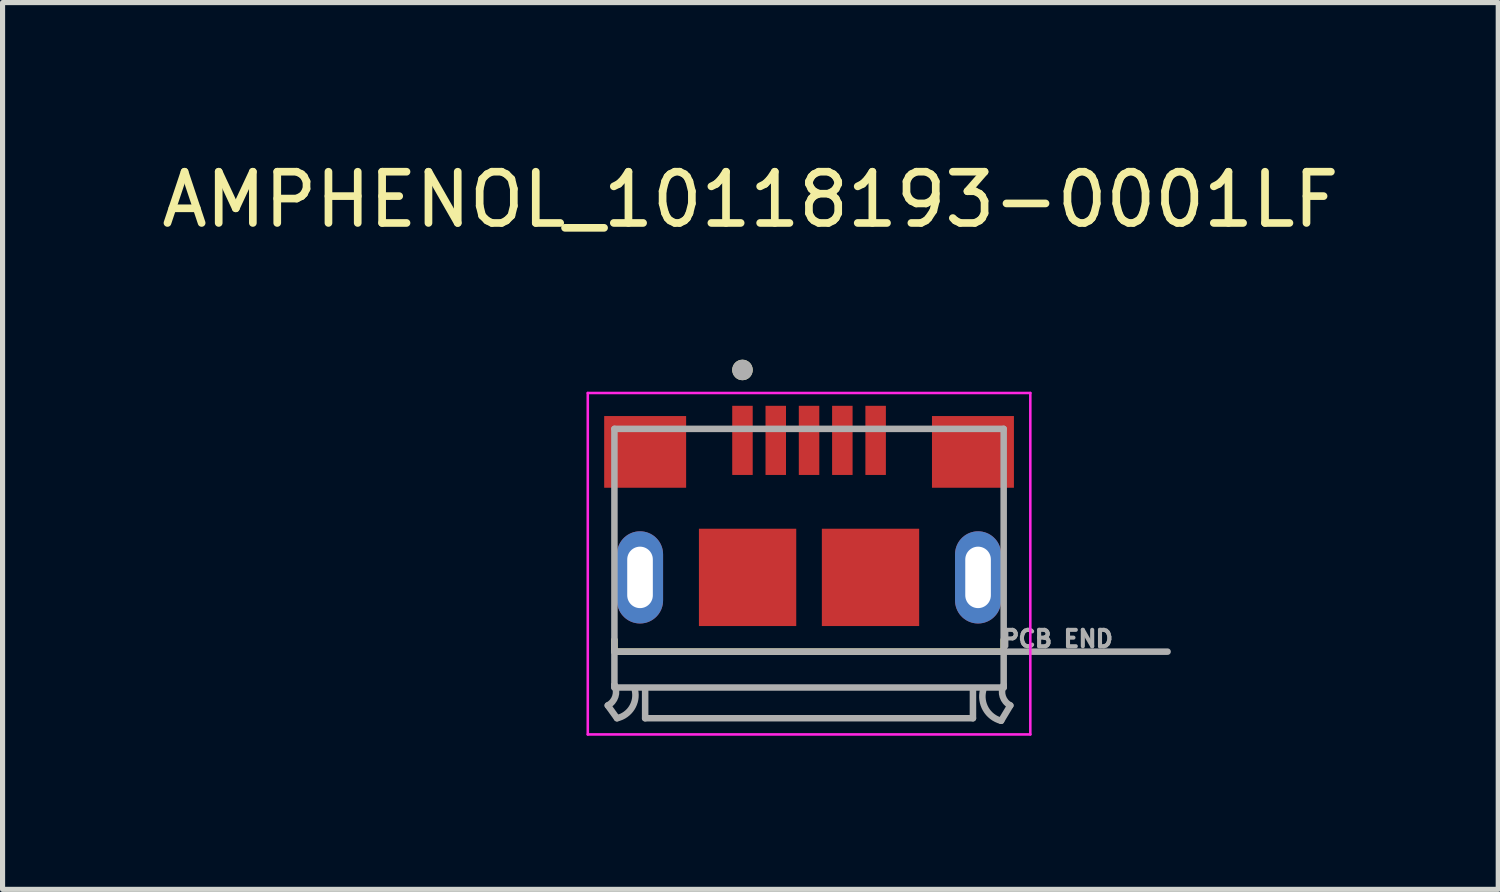
<source format=kicad_pcb>
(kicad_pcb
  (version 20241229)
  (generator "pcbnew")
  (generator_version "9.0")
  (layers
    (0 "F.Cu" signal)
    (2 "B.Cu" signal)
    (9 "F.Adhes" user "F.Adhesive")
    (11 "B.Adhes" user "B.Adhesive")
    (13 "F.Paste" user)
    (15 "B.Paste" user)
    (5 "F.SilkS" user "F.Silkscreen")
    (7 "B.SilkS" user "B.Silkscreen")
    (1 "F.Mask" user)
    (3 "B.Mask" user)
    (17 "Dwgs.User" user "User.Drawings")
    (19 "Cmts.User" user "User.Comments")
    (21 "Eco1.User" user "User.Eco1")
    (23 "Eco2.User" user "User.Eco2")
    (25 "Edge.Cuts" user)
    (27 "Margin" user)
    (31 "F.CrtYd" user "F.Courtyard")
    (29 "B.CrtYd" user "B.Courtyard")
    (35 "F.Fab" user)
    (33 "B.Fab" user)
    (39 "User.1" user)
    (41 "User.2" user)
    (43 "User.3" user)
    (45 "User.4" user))
  (footprint "AMPHENOL_10118193-0001LF"
    (layer "F.Cu")
    (at 12.746 8.223)
    (property "Reference" "AMPHENOL_10118193-0001LF" (at -1.145 -7.375 0) (layer "F.SilkS") (effects (font (size 1 1) (thickness 0.15))))
    (attr smd)
    (fp_line (start -3.8 1.45) (end -3.8 1.22) (stroke (width 0.127) (type solid)) (layer "F.SilkS"))
    (fp_line (start -3.8 1.45) (end 3.8 1.45) (stroke (width 0.127) (type solid)) (layer "F.SilkS"))
    (fp_line (start 3.8 1.45) (end 3.8 1.22) (stroke (width 0.127) (type solid)) (layer "F.SilkS"))
    (fp_circle (center -1.3 -4.05) (end -1.2 -4.05) (stroke (width 0.2) (type solid)) (fill no) (layer "F.SilkS"))
    (fp_line (start -4.32 -3.6) (end -4.32 3.066) (stroke (width 0.05) (type solid)) (layer "F.CrtYd"))
    (fp_line (start -4.32 3.066) (end 4.32 3.066) (stroke (width 0.05) (type solid)) (layer "F.CrtYd"))
    (fp_line (start 4.32 -3.6) (end -4.32 -3.6) (stroke (width 0.05) (type solid)) (layer "F.CrtYd"))
    (fp_line (start 4.32 3.066) (end 4.32 -3.6) (stroke (width 0.05) (type solid)) (layer "F.CrtYd"))
    (fp_line (start -3.93 2.5) (end -3.75 2.75) (stroke (width 0.127) (type solid)) (layer "F.Fab"))
    (fp_line (start -3.8 -2.9) (end 3.8 -2.9) (stroke (width 0.127) (type solid)) (layer "F.Fab"))
    (fp_line (start -3.8 1.45) (end 3.8 1.45) (stroke (width 0.127) (type solid)) (layer "F.Fab"))
    (fp_line (start -3.8 2.1) (end -3.8 -2.9) (stroke (width 0.127) (type solid)) (layer "F.Fab"))
    (fp_line (start -3.8 2.15) (end -3.8 2.1) (stroke (width 0.127) (type solid)) (layer "F.Fab"))
    (fp_line (start -3.2 2.2) (end -3.2 2.75) (stroke (width 0.127) (type solid)) (layer "F.Fab"))
    (fp_line (start -3.2 2.75) (end 3.2 2.75) (stroke (width 0.127) (type solid)) (layer "F.Fab"))
    (fp_line (start 3.2 2.75) (end 3.2 2.2) (stroke (width 0.127) (type solid)) (layer "F.Fab"))
    (fp_line (start 3.8 -2.9) (end 3.8 1.45) (stroke (width 0.127) (type solid)) (layer "F.Fab"))
    (fp_line (start 3.8 1.45) (end 3.8 2.15) (stroke (width 0.127) (type solid)) (layer "F.Fab"))
    (fp_line (start 3.8 1.45) (end 7 1.45) (stroke (width 0.127) (type solid)) (layer "F.Fab"))
    (fp_line (start 3.8 2.15) (end -3.8 2.15) (stroke (width 0.127) (type solid)) (layer "F.Fab"))
    (fp_line (start 3.93 2.5) (end 3.75 2.8) (stroke (width 0.127) (type solid)) (layer "F.Fab"))
    (fp_arc (start -3.8 2.1) (mid -3.782157 2.326924) (end -3.93 2.5) (stroke (width 0.127) (type solid)) (layer "F.Fab"))
    (fp_arc (start -3.4 2.2) (mid -3.461091 2.547487) (end -3.75 2.75) (stroke (width 0.127) (type solid)) (layer "F.Fab"))
    (fp_arc (start 3.75 2.8) (mid 3.450736 2.572487) (end 3.4 2.2) (stroke (width 0.127) (type solid)) (layer "F.Fab"))
    (fp_arc (start 3.93 2.5) (mid 3.782157 2.326924) (end 3.8 2.1) (stroke (width 0.127) (type solid)) (layer "F.Fab"))
    (fp_circle (center -1.3 -4.05) (end -1.2 -4.05) (stroke (width 0.2) (type solid)) (fill no) (layer "F.Fab"))
    (fp_text user "PCB END" (at 4.85 1.2 0) (layer "F.Fab") (effects (font (size 0.32 0.32) (thickness 0.15))))
    (pad "1" smd rect (at -1.3 -2.675) (size 0.4 1.35) (layers "F.Cu" "F.Mask" "F.Paste"))
    (pad "2" smd rect (at -0.65 -2.675) (size 0.4 1.35) (layers "F.Cu" "F.Mask" "F.Paste"))
    (pad "3" smd rect (at 0 -2.675) (size 0.4 1.35) (layers "F.Cu" "F.Mask" "F.Paste"))
    (pad "4" smd rect (at 0.65 -2.675) (size 0.4 1.35) (layers "F.Cu" "F.Mask" "F.Paste"))
    (pad "5" smd rect (at 1.3 -2.675) (size 0.4 1.35) (layers "F.Cu" "F.Mask" "F.Paste"))
    (pad "S1" smd rect (at -3.2 -2.45) (size 1.6 1.4) (layers "F.Cu" "F.Mask" "F.Paste"))
    (pad "S2" smd rect (at 3.2 -2.45) (size 1.6 1.4) (layers "F.Cu" "F.Mask" "F.Paste"))
    (pad "S3" smd rect (at 1.2 0) (size 1.9 1.9) (layers "F.Cu" "F.Mask" "F.Paste"))
    (pad "S4" smd rect (at -1.2 0) (size 1.9 1.9) (layers "F.Cu" "F.Mask" "F.Paste"))
    (pad "S5" thru_hole oval (at -3.3 0) (size 0.9 1.8) (drill oval 0.5 1.2) (layers "*.Cu" "*.Mask"))
    (pad "S6" thru_hole oval (at 3.3 0) (size 0.9 1.8) (drill oval 0.5 1.2) (layers "*.Cu" "*.Mask")))
  (gr_rect
    (start -3 -3)
    (end 26.202 14.314)
    (stroke (width 0.1) (type default))
    (fill no)
    (layer "Edge.Cuts")))
</source>
